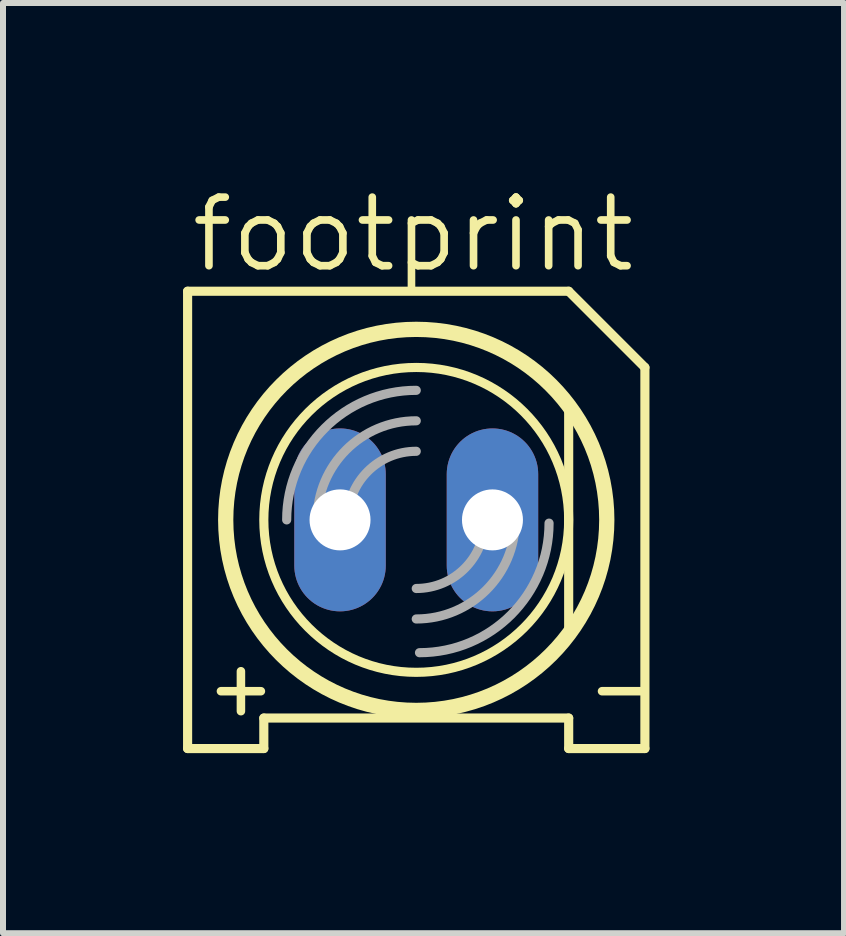
<source format=kicad_pcb>
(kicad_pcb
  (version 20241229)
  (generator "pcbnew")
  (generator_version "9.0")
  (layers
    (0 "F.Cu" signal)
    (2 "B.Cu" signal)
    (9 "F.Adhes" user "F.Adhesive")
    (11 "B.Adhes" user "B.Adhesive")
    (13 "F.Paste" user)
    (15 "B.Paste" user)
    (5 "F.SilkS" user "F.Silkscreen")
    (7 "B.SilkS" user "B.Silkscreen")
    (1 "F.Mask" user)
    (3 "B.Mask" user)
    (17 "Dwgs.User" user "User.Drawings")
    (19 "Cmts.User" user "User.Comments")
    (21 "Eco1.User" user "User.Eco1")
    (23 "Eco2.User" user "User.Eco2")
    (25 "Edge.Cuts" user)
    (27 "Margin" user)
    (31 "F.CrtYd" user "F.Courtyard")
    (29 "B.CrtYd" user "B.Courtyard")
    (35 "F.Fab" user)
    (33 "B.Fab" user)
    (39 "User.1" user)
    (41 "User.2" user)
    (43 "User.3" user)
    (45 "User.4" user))
  (footprint "footprint"
    (layer "F.Cu")
    (at 3.886 5.613)
    (property "Reference" "footprint" (at -3.81 -4.089 0) (layer "F.SilkS") (effects (font (size 1.143 1.143) (thickness 0.127)) (justify left bottom)))
    (fp_line (start -3.81 3.81) (end -3.81 -3.81) (stroke (width 0.152) (type solid)) (layer "F.SilkS"))
    (fp_line (start -3.81 3.81) (end -2.54 3.81) (stroke (width 0.152) (type solid)) (layer "F.SilkS"))
    (fp_line (start -2.54 3.302) (end -2.54 3.81) (stroke (width 0.152) (type solid)) (layer "F.SilkS"))
    (fp_line (start 2.54 -3.81) (end -3.81 -3.81) (stroke (width 0.152) (type solid)) (layer "F.SilkS"))
    (fp_line (start 2.54 -3.81) (end 3.81 -2.54) (stroke (width 0.152) (type solid)) (layer "F.SilkS"))
    (fp_line (start 2.54 1.905) (end 2.54 -1.905) (stroke (width 0.152) (type solid)) (layer "F.SilkS"))
    (fp_line (start 2.54 3.302) (end -2.54 3.302) (stroke (width 0.152) (type solid)) (layer "F.SilkS"))
    (fp_line (start 2.54 3.302) (end 2.54 3.81) (stroke (width 0.152) (type solid)) (layer "F.SilkS"))
    (fp_line (start 3.81 -2.54) (end 3.81 3.81) (stroke (width 0.152) (type solid)) (layer "F.SilkS"))
    (fp_line (start 3.81 3.81) (end 2.54 3.81) (stroke (width 0.152) (type solid)) (layer "F.SilkS"))
    (fp_circle (center 0 0) (end 2.54 0) (stroke (width 0.152) (type solid)) (fill no) (layer "F.SilkS"))
    (fp_circle (center 0 0) (end 3.175 0) (stroke (width 0.254) (type solid)) (fill no) (layer "F.SilkS"))
    (fp_arc (start -2.159 0) (mid -1.526644 -1.526644) (end 0 -2.159) (stroke (width 0.1524) (type solid)) (layer "F.Fab"))
    (fp_arc (start -1.651 0) (mid -1.167433 -1.167433) (end 0 -1.651) (stroke (width 0.1524) (type solid)) (layer "F.Fab"))
    (fp_arc (start -1.143 0) (mid -0.808223 -0.808223) (end 0 -1.143) (stroke (width 0.1524) (type solid)) (layer "F.Fab"))
    (fp_arc (start 1.143 0) (mid 0.808223 0.808223) (end 0 1.143) (stroke (width 0.1524) (type solid)) (layer "F.Fab"))
    (fp_arc (start 1.651 0) (mid 1.167433 1.167433) (end 0 1.651) (stroke (width 0.1524) (type solid)) (layer "F.Fab"))
    (fp_arc (start 2.2129 0.0539) (mid 1.580573 1.580573) (end 0.0539 2.2129) (stroke (width 0.1524) (type solid)) (layer "F.Fab"))
    (fp_text user "+" (at -3.556 3.302 0) (layer "F.SilkS") (effects (font (size 0.874 0.874) (thickness 0.142)) (justify left bottom)))
    (fp_text user "-" (at 2.794 3.302 0) (layer "F.SilkS") (effects (font (size 0.874 0.874) (thickness 0.142)) (justify left bottom)))
    (pad "A" thru_hole oval (at -1.27 0 90) (size 3.048 1.524) (drill 1.016) (layers "*.Cu" "*.Mask"))
    (pad "K" thru_hole oval (at 1.27 0 90) (size 3.048 1.524) (drill 1.016) (layers "*.Cu" "*.Mask")))
  (gr_rect
    (start -3 -3)
    (end 11.014 12.5)
    (stroke (width 0.1) (type default))
    (fill no)
    (layer "Edge.Cuts")))
</source>
